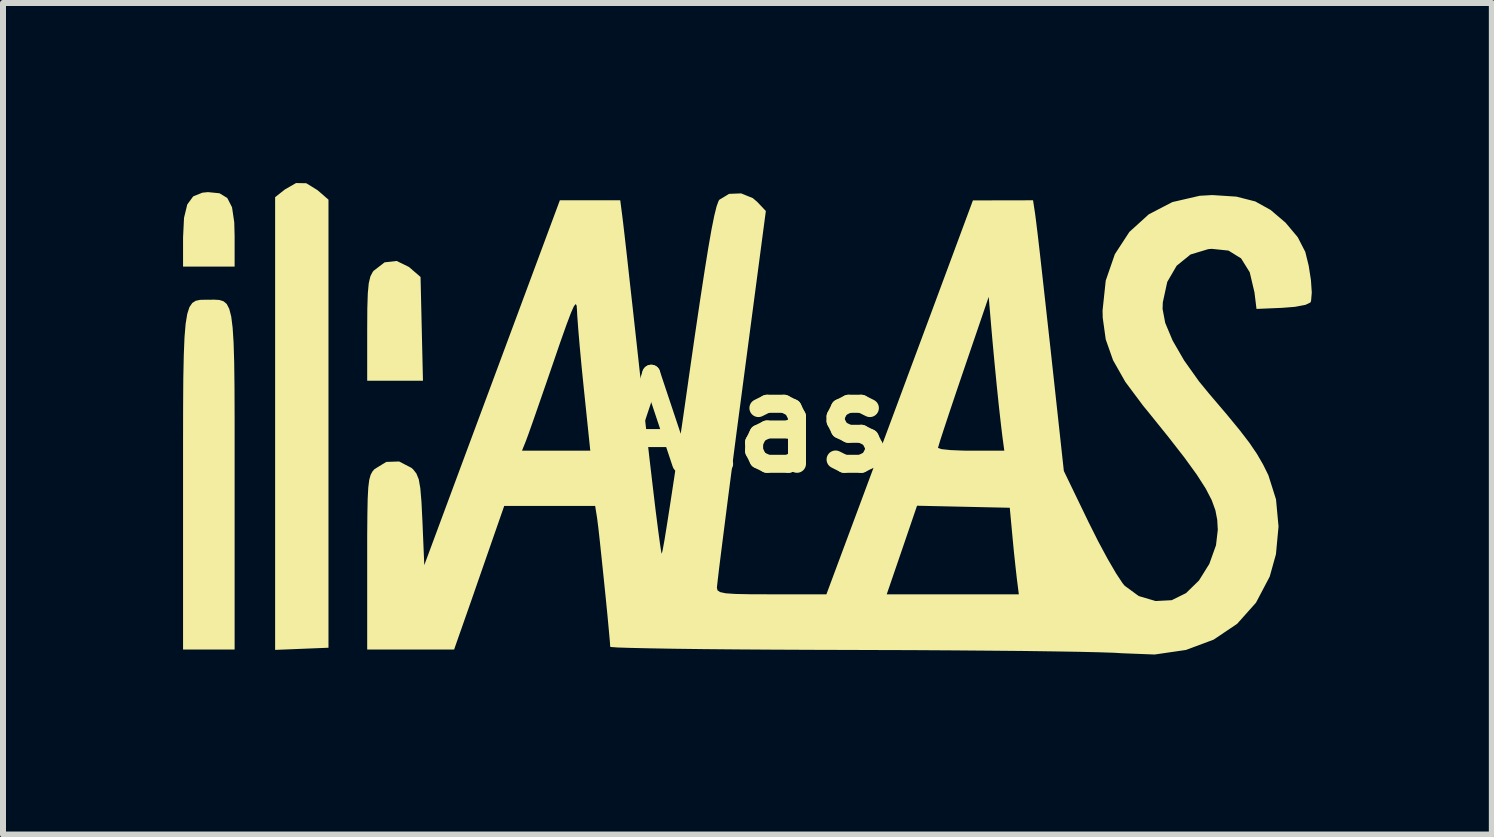
<source format=kicad_pcb>
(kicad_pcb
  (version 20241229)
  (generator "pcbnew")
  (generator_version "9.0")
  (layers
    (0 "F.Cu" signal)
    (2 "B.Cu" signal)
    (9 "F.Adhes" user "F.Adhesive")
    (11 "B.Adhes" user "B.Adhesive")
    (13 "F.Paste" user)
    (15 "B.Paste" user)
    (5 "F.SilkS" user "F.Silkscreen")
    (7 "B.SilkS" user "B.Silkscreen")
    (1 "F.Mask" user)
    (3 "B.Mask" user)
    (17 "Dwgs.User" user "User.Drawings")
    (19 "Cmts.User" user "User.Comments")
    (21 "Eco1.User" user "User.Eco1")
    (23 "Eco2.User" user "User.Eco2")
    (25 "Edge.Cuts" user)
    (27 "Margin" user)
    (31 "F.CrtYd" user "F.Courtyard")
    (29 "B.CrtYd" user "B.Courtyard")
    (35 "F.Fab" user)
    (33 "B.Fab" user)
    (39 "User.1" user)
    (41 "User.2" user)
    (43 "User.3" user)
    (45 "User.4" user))
  (footprint "Alas"
    (layer "F.Cu")
    (at 9.479 3.999)
    (property "Reference" "Alas" (at 0 0 0) (layer "F.SilkS") (effects (font (size 1.5 1.5) (thickness 0.3))))
    (attr board_only exclude_from_pos_files exclude_from_bom)
    (fp_poly (pts (xy -7.426 -3.996) (xy -7.241 -3.882) (xy -7.228 -3.871) (xy -7.056 -3.722) (xy -7.056 0.01) (xy -7.056 3.743) (xy -7.5 3.761) (xy -7.945 3.779) (xy -7.945 0.007) (xy -7.945 -3.764) (xy -7.784 -3.891) (xy -7.597 -3.999)) (stroke (width 0) (type solid)) (fill yes) (layer "F.SilkS"))
    (fp_poly (pts (xy -8.872 -3.829) (xy -8.742 -3.75) (xy -8.663 -3.595) (xy -8.626 -3.346) (xy -8.62 -3.119) (xy -8.62 -2.607) (xy -9.05 -2.607) (xy -9.479 -2.607) (xy -9.479 -3.092) (xy -9.463 -3.419) (xy -9.409 -3.642) (xy -9.31 -3.777) (xy -9.156 -3.839) (xy -9.064 -3.848)) (stroke (width 0) (type solid)) (fill yes) (layer "F.SilkS"))
    (fp_poly (pts (xy -5.717 -2.602) (xy -5.699 -2.587) (xy -5.522 -2.434) (xy -5.502 -1.57) (xy -5.482 -0.706) (xy -5.947 -0.706) (xy -6.411 -0.706) (xy -6.411 -1.558) (xy -6.409 -1.909) (xy -6.401 -2.16) (xy -6.385 -2.33) (xy -6.358 -2.443) (xy -6.319 -2.518) (xy -6.304 -2.537) (xy -6.121 -2.678) (xy -5.92 -2.701)) (stroke (width 0) (type solid)) (fill yes) (layer "F.SilkS"))
    (fp_poly (pts (xy -8.874 -2.051) (xy -8.806 -2.03) (xy -8.751 -1.984) (xy -8.709 -1.901) (xy -8.676 -1.773) (xy -8.653 -1.589) (xy -8.637 -1.339) (xy -8.627 -1.013) (xy -8.622 -0.601) (xy -8.62 -0.092) (xy -8.62 0.522) (xy -8.62 0.971) (xy -8.62 3.773) (xy -9.05 3.773) (xy -9.479 3.773) (xy -9.479 0.995) (xy -9.479 0.305) (xy -9.478 -0.272) (xy -9.475 -0.746) (xy -9.467 -1.128) (xy -9.455 -1.428) (xy -9.436 -1.655) (xy -9.409 -1.819) (xy -9.373 -1.931) (xy -9.326 -2.001) (xy -9.267 -2.038) (xy -9.195 -2.053) (xy -9.107 -2.055) (xy -9.056 -2.055) (xy -8.957 -2.056)) (stroke (width 0) (type solid)) (fill yes) (layer "F.SilkS"))
    (fp_poly (pts (xy 0.014 -3.748) (xy 0.089 -3.684) (xy 0.231 -3.533) (xy -0.177 -0.448) (xy -0.257 0.156) (xy -0.331 0.726) (xy -0.399 1.248) (xy -0.458 1.711) (xy -0.508 2.104) (xy -0.547 2.414) (xy -0.572 2.628) (xy -0.584 2.737) (xy -0.584 2.746) (xy -0.574 2.787) (xy -0.531 2.816) (xy -0.439 2.836) (xy -0.278 2.847) (xy -0.032 2.852) (xy 0.319 2.853) (xy 0.328 2.853) (xy 1.24 2.853) (xy 2.245 2.853) (xy 3.346 2.853) (xy 4.446 2.853) (xy 4.413 2.592) (xy 4.391 2.396) (xy 4.363 2.135) (xy 4.338 1.871) (xy 4.295 1.411) (xy 3.523 1.394) (xy 2.75 1.377) (xy 2.498 2.115) (xy 2.245 2.853) (xy 1.24 2.853) (xy 1.988 0.844) (xy 2.148 0.414) (xy 3.099 0.414) (xy 3.156 0.434) (xy 3.307 0.45) (xy 3.527 0.459) (xy 3.651 0.46) (xy 4.204 0.46) (xy 4.173 0.23) (xy 4.147 0.015) (xy 4.113 -0.288) (xy 4.076 -0.646) (xy 4.039 -1.026) (xy 4.005 -1.392) (xy 3.984 -1.634) (xy 3.944 -2.103) (xy 3.522 -0.867) (xy 3.397 -0.499) (xy 3.287 -0.171) (xy 3.197 0.101) (xy 3.133 0.298) (xy 3.102 0.403) (xy 3.099 0.414) (xy 2.148 0.414) (xy 2.191 0.3) (xy 2.404 -0.272) (xy 2.617 -0.846) (xy 2.821 -1.394) (xy 3.006 -1.891) (xy 3.161 -2.309) (xy 3.209 -2.438) (xy 3.681 -3.71) (xy 4.182 -3.711) (xy 4.683 -3.712) (xy 4.718 -3.482) (xy 4.733 -3.366) (xy 4.76 -3.145) (xy 4.796 -2.834) (xy 4.839 -2.451) (xy 4.888 -2.011) (xy 4.941 -1.532) (xy 4.975 -1.227) (xy 5.196 0.798) (xy 5.611 1.657) (xy 5.769 1.972) (xy 5.925 2.262) (xy 6.065 2.502) (xy 6.174 2.667) (xy 6.209 2.71) (xy 6.444 2.882) (xy 6.725 2.965) (xy 6.993 2.951) (xy 7.232 2.833) (xy 7.448 2.622) (xy 7.62 2.346) (xy 7.731 2.036) (xy 7.761 1.779) (xy 7.752 1.614) (xy 7.721 1.452) (xy 7.659 1.282) (xy 7.558 1.088) (xy 7.411 0.859) (xy 7.209 0.58) (xy 6.944 0.239) (xy 6.608 -0.178) (xy 6.517 -0.289) (xy 6.22 -0.687) (xy 6.016 -1.047) (xy 5.894 -1.394) (xy 5.844 -1.754) (xy 5.841 -1.874) (xy 5.894 -2.374) (xy 6.046 -2.814) (xy 6.288 -3.185) (xy 6.611 -3.478) (xy 7.004 -3.682) (xy 7.459 -3.787) (xy 7.669 -3.799) (xy 8.071 -3.773) (xy 8.385 -3.693) (xy 8.641 -3.551) (xy 8.889 -3.34) (xy 9.093 -3.097) (xy 9.217 -2.856) (xy 9.22 -2.848) (xy 9.276 -2.62) (xy 9.313 -2.382) (xy 9.327 -2.174) (xy 9.315 -2.034) (xy 9.305 -2.01) (xy 9.222 -1.97) (xy 9.048 -1.937) (xy 8.833 -1.92) (xy 8.406 -1.902) (xy 8.372 -2.178) (xy 8.293 -2.513) (xy 8.149 -2.744) (xy 7.939 -2.874) (xy 7.66 -2.903) (xy 7.602 -2.898) (xy 7.307 -2.809) (xy 7.076 -2.622) (xy 6.919 -2.352) (xy 6.845 -2.011) (xy 6.841 -1.902) (xy 6.885 -1.669) (xy 7.008 -1.376) (xy 7.199 -1.045) (xy 7.447 -0.696) (xy 7.615 -0.491) (xy 7.903 -0.153) (xy 8.122 0.113) (xy 8.288 0.329) (xy 8.414 0.515) (xy 8.515 0.689) (xy 8.604 0.869) (xy 8.731 1.271) (xy 8.773 1.723) (xy 8.73 2.185) (xy 8.626 2.558) (xy 8.397 2.993) (xy 8.083 3.345) (xy 7.692 3.608) (xy 7.231 3.78) (xy 6.709 3.856) (xy 6.166 3.835) (xy 6.036 3.827) (xy 5.795 3.819) (xy 5.454 3.811) (xy 5.025 3.804) (xy 4.519 3.797) (xy 3.948 3.792) (xy 3.322 3.787) (xy 2.654 3.783) (xy 1.955 3.781) (xy 1.703 3.78) (xy 1.009 3.778) (xy 0.352 3.775) (xy -0.257 3.771) (xy -0.808 3.766) (xy -1.292 3.76) (xy -1.698 3.753) (xy -2.017 3.746) (xy -2.237 3.739) (xy -2.349 3.731) (xy -2.362 3.727) (xy -2.368 3.637) (xy -2.385 3.45) (xy -2.409 3.192) (xy -2.439 2.89) (xy -2.472 2.568) (xy -2.505 2.253) (xy -2.535 1.969) (xy -2.56 1.744) (xy -2.578 1.602) (xy -2.581 1.58) (xy -2.613 1.38) (xy -3.37 1.38) (xy -4.128 1.38) (xy -4.443 2.285) (xy -4.561 2.624) (xy -4.673 2.947) (xy -4.77 3.223) (xy -4.841 3.426) (xy -4.861 3.482) (xy -4.963 3.773) (xy -5.687 3.773) (xy -6.411 3.773) (xy -6.411 2.331) (xy -6.411 1.873) (xy -6.408 1.521) (xy -6.403 1.26) (xy -6.393 1.074) (xy -6.377 0.947) (xy -6.354 0.863) (xy -6.324 0.807) (xy -6.289 0.767) (xy -6.093 0.647) (xy -5.879 0.64) (xy -5.674 0.746) (xy -5.644 0.773) (xy -5.591 0.841) (xy -5.552 0.937) (xy -5.526 1.086) (xy -5.507 1.31) (xy -5.491 1.63) (xy -5.46 2.367) (xy -4.752 0.46) (xy -3.832 0.46) (xy -3.263 0.46) (xy -2.694 0.46) (xy -2.801 -0.568) (xy -2.838 -0.933) (xy -2.87 -1.276) (xy -2.895 -1.57) (xy -2.911 -1.787) (xy -2.915 -1.871) (xy -2.921 -1.955) (xy -2.936 -1.984) (xy -2.967 -1.947) (xy -3.017 -1.834) (xy -3.092 -1.635) (xy -3.197 -1.339) (xy -3.309 -1.012) (xy -3.434 -0.649) (xy -3.549 -0.317) (xy -3.647 -0.035) (xy -3.721 0.174) (xy -3.763 0.288) (xy -3.764 0.291) (xy -3.832 0.46) (xy -4.752 0.46) (xy -4.331 -0.672) (xy -3.201 -3.712) (xy -2.698 -3.712) (xy -2.195 -3.712) (xy -2.161 -3.451) (xy -2.147 -3.336) (xy -2.121 -3.113) (xy -2.085 -2.796) (xy -2.041 -2.398) (xy -1.989 -1.935) (xy -1.932 -1.419) (xy -1.871 -0.865) (xy -1.831 -0.506) (xy -1.769 0.053) (xy -1.71 0.572) (xy -1.655 1.04) (xy -1.607 1.444) (xy -1.565 1.772) (xy -1.533 2.01) (xy -1.512 2.148) (xy -1.504 2.178) (xy -1.489 2.119) (xy -1.458 1.951) (xy -1.415 1.684) (xy -1.36 1.332) (xy -1.295 0.905) (xy -1.222 0.415) (xy -1.143 -0.125) (xy -1.06 -0.705) (xy -1.059 -0.715) (xy -0.956 -1.43) (xy -0.867 -2.031) (xy -0.791 -2.527) (xy -0.727 -2.925) (xy -0.673 -3.233) (xy -0.627 -3.46) (xy -0.589 -3.613) (xy -0.557 -3.7) (xy -0.544 -3.721) (xy -0.381 -3.819) (xy -0.181 -3.827)) (stroke (width 0) (type solid)) (fill yes) (layer "F.SilkS")))
  (gr_rect
    (start -3 -3)
    (end 21.806 10.855)
    (stroke (width 0.1) (type default))
    (fill no)
    (layer "Edge.Cuts")))
</source>
